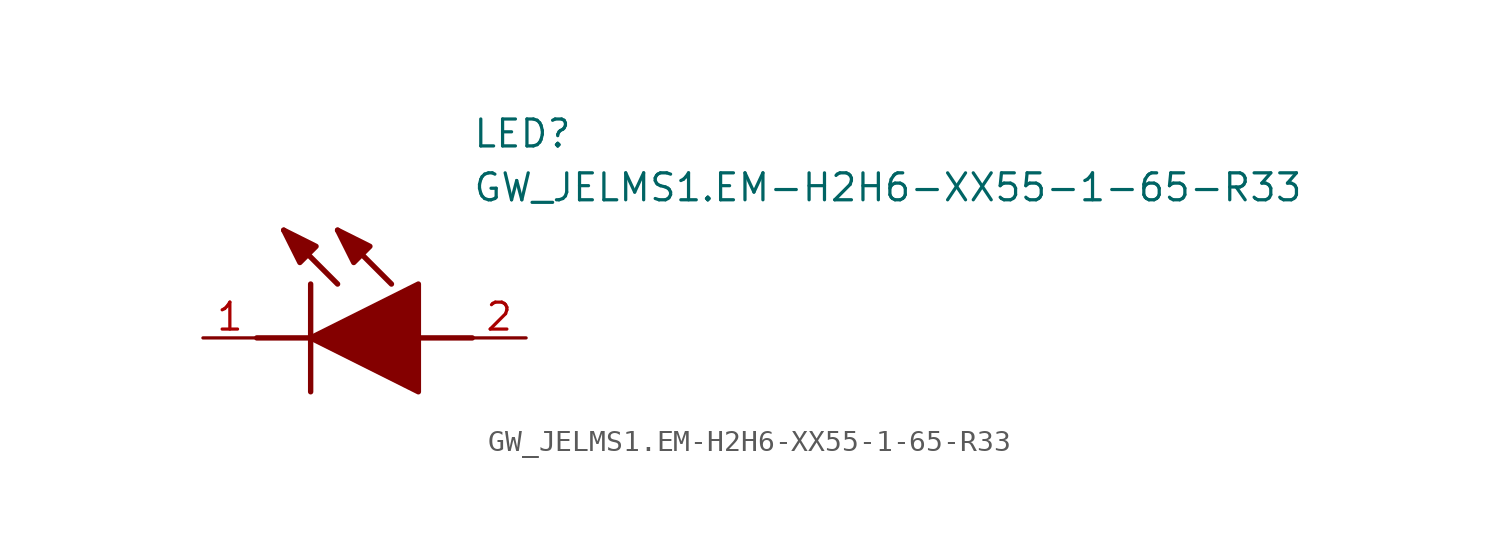
<source format=kicad_sym>
(kicad_symbol_lib
  (version 20211014)
  (generator SamacSys_ECAD_Model)
  (symbol "GW_JELMS1.EM-H2H6-XX55-1-65-R33"
    (pin_names hide)
    (property "Reference" "LED"
      (at 12.7 8.89 0)
      (effects (font (size 1.27 1.27)) (justify left bottom)))
    (property "Value" "GW_JELMS1.EM-H2H6-XX55-1-65-R33"
      (at 12.7 6.35 0)
      (effects (font (size 1.27 1.27)) (justify left bottom)))
    (polyline
      (pts (xy 5.08 2.54) (xy 5.08 -2.54))
      (stroke (width 0.254) (type default))
      (fill (type none)))
    (polyline
      (pts (xy 6.35 2.54) (xy 3.81 5.08))
      (stroke (width 0.254) (type default))
      (fill (type none)))
    (polyline
      (pts (xy 8.89 2.54) (xy 6.35 5.08))
      (stroke (width 0.254) (type default))
      (fill (type none)))
    (polyline
      (pts (xy 2.54 0) (xy 5.08 0))
      (stroke (width 0.254) (type default))
      (fill (type none)))
    (polyline
      (pts (xy 10.16 0) (xy 12.7 0))
      (stroke (width 0.254) (type default))
      (fill (type none)))
    (polyline
      (pts (xy 5.08 0) (xy 10.16 2.54) (xy 10.16 -2.54) (xy 5.08 0))
      (stroke (width 0.254) (type default))
      (fill (type outline)))
    (polyline
      (pts (xy 5.334 4.318) (xy 4.572 3.556) (xy 3.81 5.08) (xy 5.334 4.318))
      (stroke (width 0.254) (type default))
      (fill (type outline)))
    (polyline
      (pts (xy 7.874 4.318) (xy 7.112 3.556) (xy 6.35 5.08) (xy 7.874 4.318))
      (stroke (width 0.254) (type default))
      (fill (type outline)))
    (pin passive line
      (at 0 0 0)
      (length 2.54)
      (name "K" (effects (font (size 1.27 1.27))))
      (number "1" (effects (font (size 1.27 1.27)))))
    (pin passive line
      (at 15.24 0 180)
      (length 2.54)
      (name "A" (effects (font (size 1.27 1.27))))
      (number "2" (effects (font (size 1.27 1.27)))))))
</source>
